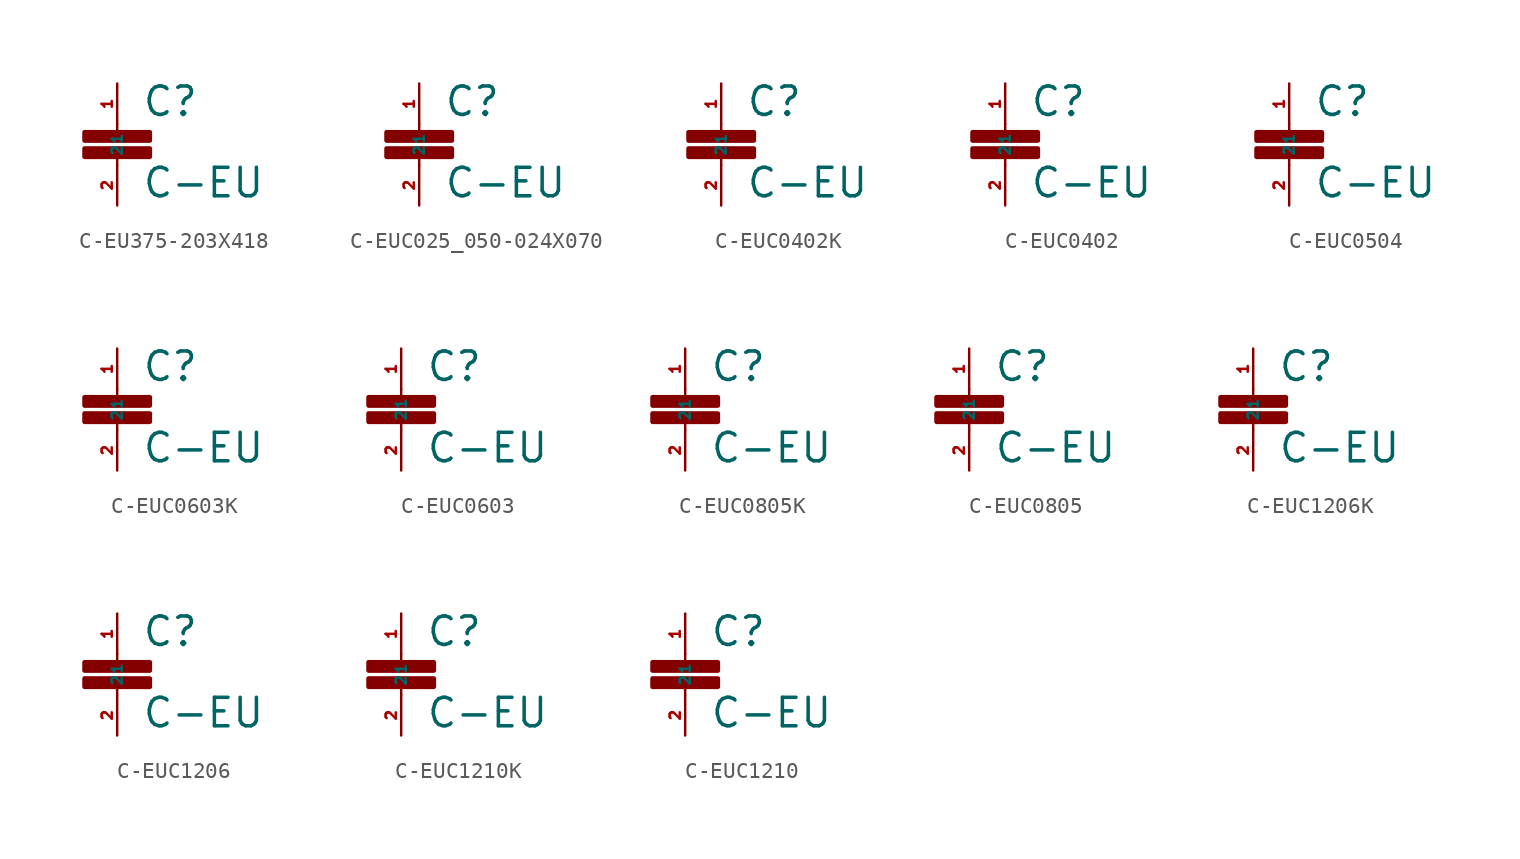
<source format=kicad_sym>
(kicad_symbol_lib
  (version 20220914)
  (generator Eagle2Kicad)
  (symbol "C-EU375-203X418"
    (property "Reference" "C"
      (at 1.524 0.381 0)
      (effects (font (size 1.778 1.778) (thickness 0.22)) (justify left bottom)))
    (property "Value" "C-EU"
      (at 1.524 -4.699 0)
      (effects (font (size 1.778 1.778) (thickness 0.22)) (justify left bottom)))
    (polyline
      (pts (xy 0 0) (xy 0 -0.508))
      (stroke (width 0.152) (type default))
      (fill (type none)))
    (polyline
      (pts (xy 0 -2.54) (xy 0 -2.032))
      (stroke (width 0.152) (type default))
      (fill (type none)))
    (rectangle
      (start -2.032 -2.032)
      (end 2.032 -1.524)
      (stroke (width 0.3) (type default))
      (fill (type outline)))
    (rectangle
      (start -2.032 -1.016)
      (end 2.032 -0.508)
      (stroke (width 0.3) (type default))
      (fill (type outline)))
    (pin passive line
      (at 0 2.54 270)
      (length 2.54)
      (name "1" (effects (font (size 0.635 0.635) (thickness 0.08)) (justify left bottom)))
      (number "1" (effects (font (size 0.635 0.635) (thickness 0.08)) (justify left bottom))))
    (pin passive line
      (at 0 -5.08 90)
      (length 2.54)
      (name "2" (effects (font (size 0.635 0.635) (thickness 0.08)) (justify left bottom)))
      (number "2" (effects (font (size 0.635 0.635) (thickness 0.08)) (justify left bottom)))))
  (symbol "C-EUC025_050-024X070"
    (property "Reference" "C"
      (at 1.524 0.381 0)
      (effects (font (size 1.778 1.778) (thickness 0.22)) (justify left bottom)))
    (property "Value" "C-EU"
      (at 1.524 -4.699 0)
      (effects (font (size 1.778 1.778) (thickness 0.22)) (justify left bottom)))
    (polyline
      (pts (xy 0 0) (xy 0 -0.508))
      (stroke (width 0.152) (type default))
      (fill (type none)))
    (polyline
      (pts (xy 0 -2.54) (xy 0 -2.032))
      (stroke (width 0.152) (type default))
      (fill (type none)))
    (rectangle
      (start -2.032 -2.032)
      (end 2.032 -1.524)
      (stroke (width 0.3) (type default))
      (fill (type outline)))
    (rectangle
      (start -2.032 -1.016)
      (end 2.032 -0.508)
      (stroke (width 0.3) (type default))
      (fill (type outline)))
    (pin passive line
      (at 0 2.54 270)
      (length 2.54)
      (name "1" (effects (font (size 0.635 0.635) (thickness 0.08)) (justify left bottom)))
      (number "1" (effects (font (size 0.635 0.635) (thickness 0.08)) (justify left bottom))))
    (pin passive line
      (at 0 -5.08 90)
      (length 2.54)
      (name "2" (effects (font (size 0.635 0.635) (thickness 0.08)) (justify left bottom)))
      (number "2" (effects (font (size 0.635 0.635) (thickness 0.08)) (justify left bottom)))))
  (symbol "C-EUC0402K"
    (property "Reference" "C"
      (at 1.524 0.381 0)
      (effects (font (size 1.778 1.778) (thickness 0.22)) (justify left bottom)))
    (property "Value" "C-EU"
      (at 1.524 -4.699 0)
      (effects (font (size 1.778 1.778) (thickness 0.22)) (justify left bottom)))
    (polyline
      (pts (xy 0 0) (xy 0 -0.508))
      (stroke (width 0.152) (type default))
      (fill (type none)))
    (polyline
      (pts (xy 0 -2.54) (xy 0 -2.032))
      (stroke (width 0.152) (type default))
      (fill (type none)))
    (rectangle
      (start -2.032 -2.032)
      (end 2.032 -1.524)
      (stroke (width 0.3) (type default))
      (fill (type outline)))
    (rectangle
      (start -2.032 -1.016)
      (end 2.032 -0.508)
      (stroke (width 0.3) (type default))
      (fill (type outline)))
    (pin passive line
      (at 0 2.54 270)
      (length 2.54)
      (name "1" (effects (font (size 0.635 0.635) (thickness 0.08)) (justify left bottom)))
      (number "1" (effects (font (size 0.635 0.635) (thickness 0.08)) (justify left bottom))))
    (pin passive line
      (at 0 -5.08 90)
      (length 2.54)
      (name "2" (effects (font (size 0.635 0.635) (thickness 0.08)) (justify left bottom)))
      (number "2" (effects (font (size 0.635 0.635) (thickness 0.08)) (justify left bottom)))))
  (symbol "C-EUC0402"
    (property "Reference" "C"
      (at 1.524 0.381 0)
      (effects (font (size 1.778 1.778) (thickness 0.22)) (justify left bottom)))
    (property "Value" "C-EU"
      (at 1.524 -4.699 0)
      (effects (font (size 1.778 1.778) (thickness 0.22)) (justify left bottom)))
    (polyline
      (pts (xy 0 0) (xy 0 -0.508))
      (stroke (width 0.152) (type default))
      (fill (type none)))
    (polyline
      (pts (xy 0 -2.54) (xy 0 -2.032))
      (stroke (width 0.152) (type default))
      (fill (type none)))
    (rectangle
      (start -2.032 -2.032)
      (end 2.032 -1.524)
      (stroke (width 0.3) (type default))
      (fill (type outline)))
    (rectangle
      (start -2.032 -1.016)
      (end 2.032 -0.508)
      (stroke (width 0.3) (type default))
      (fill (type outline)))
    (pin passive line
      (at 0 2.54 270)
      (length 2.54)
      (name "1" (effects (font (size 0.635 0.635) (thickness 0.08)) (justify left bottom)))
      (number "1" (effects (font (size 0.635 0.635) (thickness 0.08)) (justify left bottom))))
    (pin passive line
      (at 0 -5.08 90)
      (length 2.54)
      (name "2" (effects (font (size 0.635 0.635) (thickness 0.08)) (justify left bottom)))
      (number "2" (effects (font (size 0.635 0.635) (thickness 0.08)) (justify left bottom)))))
  (symbol "C-EUC0504"
    (property "Reference" "C"
      (at 1.524 0.381 0)
      (effects (font (size 1.778 1.778) (thickness 0.22)) (justify left bottom)))
    (property "Value" "C-EU"
      (at 1.524 -4.699 0)
      (effects (font (size 1.778 1.778) (thickness 0.22)) (justify left bottom)))
    (polyline
      (pts (xy 0 0) (xy 0 -0.508))
      (stroke (width 0.152) (type default))
      (fill (type none)))
    (polyline
      (pts (xy 0 -2.54) (xy 0 -2.032))
      (stroke (width 0.152) (type default))
      (fill (type none)))
    (rectangle
      (start -2.032 -2.032)
      (end 2.032 -1.524)
      (stroke (width 0.3) (type default))
      (fill (type outline)))
    (rectangle
      (start -2.032 -1.016)
      (end 2.032 -0.508)
      (stroke (width 0.3) (type default))
      (fill (type outline)))
    (pin passive line
      (at 0 2.54 270)
      (length 2.54)
      (name "1" (effects (font (size 0.635 0.635) (thickness 0.08)) (justify left bottom)))
      (number "1" (effects (font (size 0.635 0.635) (thickness 0.08)) (justify left bottom))))
    (pin passive line
      (at 0 -5.08 90)
      (length 2.54)
      (name "2" (effects (font (size 0.635 0.635) (thickness 0.08)) (justify left bottom)))
      (number "2" (effects (font (size 0.635 0.635) (thickness 0.08)) (justify left bottom)))))
  (symbol "C-EUC0603K"
    (property "Reference" "C"
      (at 1.524 0.381 0)
      (effects (font (size 1.778 1.778) (thickness 0.22)) (justify left bottom)))
    (property "Value" "C-EU"
      (at 1.524 -4.699 0)
      (effects (font (size 1.778 1.778) (thickness 0.22)) (justify left bottom)))
    (polyline
      (pts (xy 0 0) (xy 0 -0.508))
      (stroke (width 0.152) (type default))
      (fill (type none)))
    (polyline
      (pts (xy 0 -2.54) (xy 0 -2.032))
      (stroke (width 0.152) (type default))
      (fill (type none)))
    (rectangle
      (start -2.032 -2.032)
      (end 2.032 -1.524)
      (stroke (width 0.3) (type default))
      (fill (type outline)))
    (rectangle
      (start -2.032 -1.016)
      (end 2.032 -0.508)
      (stroke (width 0.3) (type default))
      (fill (type outline)))
    (pin passive line
      (at 0 2.54 270)
      (length 2.54)
      (name "1" (effects (font (size 0.635 0.635) (thickness 0.08)) (justify left bottom)))
      (number "1" (effects (font (size 0.635 0.635) (thickness 0.08)) (justify left bottom))))
    (pin passive line
      (at 0 -5.08 90)
      (length 2.54)
      (name "2" (effects (font (size 0.635 0.635) (thickness 0.08)) (justify left bottom)))
      (number "2" (effects (font (size 0.635 0.635) (thickness 0.08)) (justify left bottom)))))
  (symbol "C-EUC0603"
    (property "Reference" "C"
      (at 1.524 0.381 0)
      (effects (font (size 1.778 1.778) (thickness 0.22)) (justify left bottom)))
    (property "Value" "C-EU"
      (at 1.524 -4.699 0)
      (effects (font (size 1.778 1.778) (thickness 0.22)) (justify left bottom)))
    (polyline
      (pts (xy 0 0) (xy 0 -0.508))
      (stroke (width 0.152) (type default))
      (fill (type none)))
    (polyline
      (pts (xy 0 -2.54) (xy 0 -2.032))
      (stroke (width 0.152) (type default))
      (fill (type none)))
    (rectangle
      (start -2.032 -2.032)
      (end 2.032 -1.524)
      (stroke (width 0.3) (type default))
      (fill (type outline)))
    (rectangle
      (start -2.032 -1.016)
      (end 2.032 -0.508)
      (stroke (width 0.3) (type default))
      (fill (type outline)))
    (pin passive line
      (at 0 2.54 270)
      (length 2.54)
      (name "1" (effects (font (size 0.635 0.635) (thickness 0.08)) (justify left bottom)))
      (number "1" (effects (font (size 0.635 0.635) (thickness 0.08)) (justify left bottom))))
    (pin passive line
      (at 0 -5.08 90)
      (length 2.54)
      (name "2" (effects (font (size 0.635 0.635) (thickness 0.08)) (justify left bottom)))
      (number "2" (effects (font (size 0.635 0.635) (thickness 0.08)) (justify left bottom)))))
  (symbol "C-EUC0805K"
    (property "Reference" "C"
      (at 1.524 0.381 0)
      (effects (font (size 1.778 1.778) (thickness 0.22)) (justify left bottom)))
    (property "Value" "C-EU"
      (at 1.524 -4.699 0)
      (effects (font (size 1.778 1.778) (thickness 0.22)) (justify left bottom)))
    (polyline
      (pts (xy 0 0) (xy 0 -0.508))
      (stroke (width 0.152) (type default))
      (fill (type none)))
    (polyline
      (pts (xy 0 -2.54) (xy 0 -2.032))
      (stroke (width 0.152) (type default))
      (fill (type none)))
    (rectangle
      (start -2.032 -2.032)
      (end 2.032 -1.524)
      (stroke (width 0.3) (type default))
      (fill (type outline)))
    (rectangle
      (start -2.032 -1.016)
      (end 2.032 -0.508)
      (stroke (width 0.3) (type default))
      (fill (type outline)))
    (pin passive line
      (at 0 2.54 270)
      (length 2.54)
      (name "1" (effects (font (size 0.635 0.635) (thickness 0.08)) (justify left bottom)))
      (number "1" (effects (font (size 0.635 0.635) (thickness 0.08)) (justify left bottom))))
    (pin passive line
      (at 0 -5.08 90)
      (length 2.54)
      (name "2" (effects (font (size 0.635 0.635) (thickness 0.08)) (justify left bottom)))
      (number "2" (effects (font (size 0.635 0.635) (thickness 0.08)) (justify left bottom)))))
  (symbol "C-EUC0805"
    (property "Reference" "C"
      (at 1.524 0.381 0)
      (effects (font (size 1.778 1.778) (thickness 0.22)) (justify left bottom)))
    (property "Value" "C-EU"
      (at 1.524 -4.699 0)
      (effects (font (size 1.778 1.778) (thickness 0.22)) (justify left bottom)))
    (polyline
      (pts (xy 0 0) (xy 0 -0.508))
      (stroke (width 0.152) (type default))
      (fill (type none)))
    (polyline
      (pts (xy 0 -2.54) (xy 0 -2.032))
      (stroke (width 0.152) (type default))
      (fill (type none)))
    (rectangle
      (start -2.032 -2.032)
      (end 2.032 -1.524)
      (stroke (width 0.3) (type default))
      (fill (type outline)))
    (rectangle
      (start -2.032 -1.016)
      (end 2.032 -0.508)
      (stroke (width 0.3) (type default))
      (fill (type outline)))
    (pin passive line
      (at 0 2.54 270)
      (length 2.54)
      (name "1" (effects (font (size 0.635 0.635) (thickness 0.08)) (justify left bottom)))
      (number "1" (effects (font (size 0.635 0.635) (thickness 0.08)) (justify left bottom))))
    (pin passive line
      (at 0 -5.08 90)
      (length 2.54)
      (name "2" (effects (font (size 0.635 0.635) (thickness 0.08)) (justify left bottom)))
      (number "2" (effects (font (size 0.635 0.635) (thickness 0.08)) (justify left bottom)))))
  (symbol "C-EUC1206K"
    (property "Reference" "C"
      (at 1.524 0.381 0)
      (effects (font (size 1.778 1.778) (thickness 0.22)) (justify left bottom)))
    (property "Value" "C-EU"
      (at 1.524 -4.699 0)
      (effects (font (size 1.778 1.778) (thickness 0.22)) (justify left bottom)))
    (polyline
      (pts (xy 0 0) (xy 0 -0.508))
      (stroke (width 0.152) (type default))
      (fill (type none)))
    (polyline
      (pts (xy 0 -2.54) (xy 0 -2.032))
      (stroke (width 0.152) (type default))
      (fill (type none)))
    (rectangle
      (start -2.032 -2.032)
      (end 2.032 -1.524)
      (stroke (width 0.3) (type default))
      (fill (type outline)))
    (rectangle
      (start -2.032 -1.016)
      (end 2.032 -0.508)
      (stroke (width 0.3) (type default))
      (fill (type outline)))
    (pin passive line
      (at 0 2.54 270)
      (length 2.54)
      (name "1" (effects (font (size 0.635 0.635) (thickness 0.08)) (justify left bottom)))
      (number "1" (effects (font (size 0.635 0.635) (thickness 0.08)) (justify left bottom))))
    (pin passive line
      (at 0 -5.08 90)
      (length 2.54)
      (name "2" (effects (font (size 0.635 0.635) (thickness 0.08)) (justify left bottom)))
      (number "2" (effects (font (size 0.635 0.635) (thickness 0.08)) (justify left bottom)))))
  (symbol "C-EUC1206"
    (property "Reference" "C"
      (at 1.524 0.381 0)
      (effects (font (size 1.778 1.778) (thickness 0.22)) (justify left bottom)))
    (property "Value" "C-EU"
      (at 1.524 -4.699 0)
      (effects (font (size 1.778 1.778) (thickness 0.22)) (justify left bottom)))
    (polyline
      (pts (xy 0 0) (xy 0 -0.508))
      (stroke (width 0.152) (type default))
      (fill (type none)))
    (polyline
      (pts (xy 0 -2.54) (xy 0 -2.032))
      (stroke (width 0.152) (type default))
      (fill (type none)))
    (rectangle
      (start -2.032 -2.032)
      (end 2.032 -1.524)
      (stroke (width 0.3) (type default))
      (fill (type outline)))
    (rectangle
      (start -2.032 -1.016)
      (end 2.032 -0.508)
      (stroke (width 0.3) (type default))
      (fill (type outline)))
    (pin passive line
      (at 0 2.54 270)
      (length 2.54)
      (name "1" (effects (font (size 0.635 0.635) (thickness 0.08)) (justify left bottom)))
      (number "1" (effects (font (size 0.635 0.635) (thickness 0.08)) (justify left bottom))))
    (pin passive line
      (at 0 -5.08 90)
      (length 2.54)
      (name "2" (effects (font (size 0.635 0.635) (thickness 0.08)) (justify left bottom)))
      (number "2" (effects (font (size 0.635 0.635) (thickness 0.08)) (justify left bottom)))))
  (symbol "C-EUC1210K"
    (property "Reference" "C"
      (at 1.524 0.381 0)
      (effects (font (size 1.778 1.778) (thickness 0.22)) (justify left bottom)))
    (property "Value" "C-EU"
      (at 1.524 -4.699 0)
      (effects (font (size 1.778 1.778) (thickness 0.22)) (justify left bottom)))
    (polyline
      (pts (xy 0 0) (xy 0 -0.508))
      (stroke (width 0.152) (type default))
      (fill (type none)))
    (polyline
      (pts (xy 0 -2.54) (xy 0 -2.032))
      (stroke (width 0.152) (type default))
      (fill (type none)))
    (rectangle
      (start -2.032 -2.032)
      (end 2.032 -1.524)
      (stroke (width 0.3) (type default))
      (fill (type outline)))
    (rectangle
      (start -2.032 -1.016)
      (end 2.032 -0.508)
      (stroke (width 0.3) (type default))
      (fill (type outline)))
    (pin passive line
      (at 0 2.54 270)
      (length 2.54)
      (name "1" (effects (font (size 0.635 0.635) (thickness 0.08)) (justify left bottom)))
      (number "1" (effects (font (size 0.635 0.635) (thickness 0.08)) (justify left bottom))))
    (pin passive line
      (at 0 -5.08 90)
      (length 2.54)
      (name "2" (effects (font (size 0.635 0.635) (thickness 0.08)) (justify left bottom)))
      (number "2" (effects (font (size 0.635 0.635) (thickness 0.08)) (justify left bottom)))))
  (symbol "C-EUC1210"
    (property "Reference" "C"
      (at 1.524 0.381 0)
      (effects (font (size 1.778 1.778) (thickness 0.22)) (justify left bottom)))
    (property "Value" "C-EU"
      (at 1.524 -4.699 0)
      (effects (font (size 1.778 1.778) (thickness 0.22)) (justify left bottom)))
    (polyline
      (pts (xy 0 0) (xy 0 -0.508))
      (stroke (width 0.152) (type default))
      (fill (type none)))
    (polyline
      (pts (xy 0 -2.54) (xy 0 -2.032))
      (stroke (width 0.152) (type default))
      (fill (type none)))
    (rectangle
      (start -2.032 -2.032)
      (end 2.032 -1.524)
      (stroke (width 0.3) (type default))
      (fill (type outline)))
    (rectangle
      (start -2.032 -1.016)
      (end 2.032 -0.508)
      (stroke (width 0.3) (type default))
      (fill (type outline)))
    (pin passive line
      (at 0 2.54 270)
      (length 2.54)
      (name "1" (effects (font (size 0.635 0.635) (thickness 0.08)) (justify left bottom)))
      (number "1" (effects (font (size 0.635 0.635) (thickness 0.08)) (justify left bottom))))
    (pin passive line
      (at 0 -5.08 90)
      (length 2.54)
      (name "2" (effects (font (size 0.635 0.635) (thickness 0.08)) (justify left bottom)))
      (number "2" (effects (font (size 0.635 0.635) (thickness 0.08)) (justify left bottom))))))
</source>
